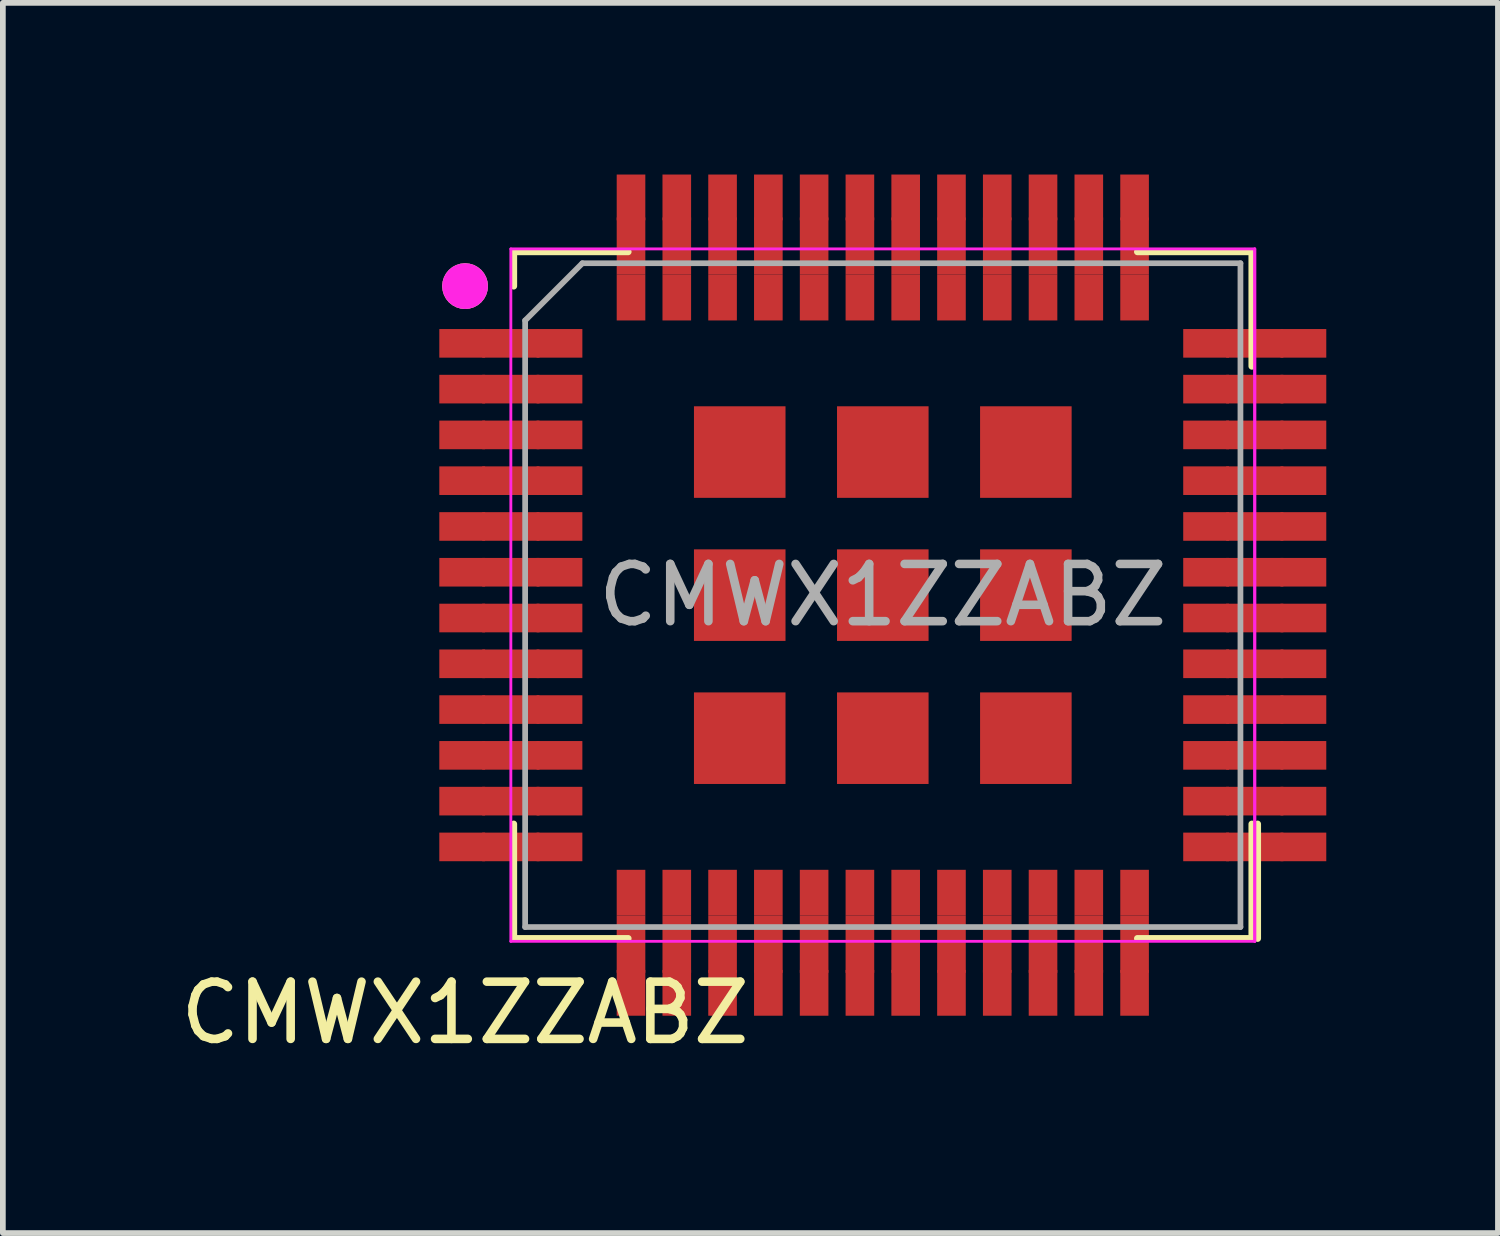
<source format=kicad_pcb>
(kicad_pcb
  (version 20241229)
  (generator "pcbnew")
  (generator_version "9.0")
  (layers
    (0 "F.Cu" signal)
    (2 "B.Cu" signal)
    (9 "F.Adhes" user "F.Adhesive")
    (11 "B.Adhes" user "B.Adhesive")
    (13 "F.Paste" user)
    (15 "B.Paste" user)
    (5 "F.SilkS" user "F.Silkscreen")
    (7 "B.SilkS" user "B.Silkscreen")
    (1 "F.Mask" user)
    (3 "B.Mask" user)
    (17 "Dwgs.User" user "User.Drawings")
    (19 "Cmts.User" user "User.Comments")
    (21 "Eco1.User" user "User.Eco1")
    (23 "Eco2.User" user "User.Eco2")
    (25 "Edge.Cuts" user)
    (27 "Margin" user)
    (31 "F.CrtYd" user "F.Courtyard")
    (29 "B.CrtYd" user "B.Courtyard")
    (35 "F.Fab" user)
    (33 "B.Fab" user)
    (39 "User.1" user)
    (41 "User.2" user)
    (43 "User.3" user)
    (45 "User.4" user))
  (footprint "CMWX1ZZABZ"
    (layer "F.Cu")
    (at 12.177 14.55)
    (property "Reference" "CMWX1ZZABZ" (at -7.1 0.1 0) (layer "F.SilkS") (effects (font (size 1 1) (thickness 0.15))))
    (attr through_hole)
    (fp_line (start -6.25 -13.2) (end -6.25 -12.6) (stroke (width 0.12) (type solid)) (layer "F.SilkS"))
    (fp_line (start -6.25 -13.2) (end -4.25 -13.2) (stroke (width 0.12) (type solid)) (layer "F.SilkS"))
    (fp_line (start -6.25 -3.2) (end -6.25 -1.2) (stroke (width 0.12) (type solid)) (layer "F.SilkS"))
    (fp_line (start -6.25 -1.2) (end -4.25 -1.2) (stroke (width 0.12) (type solid)) (layer "F.SilkS"))
    (fp_line (start 4.65 -13.2) (end 6.65 -13.2) (stroke (width 0.12) (type solid)) (layer "F.SilkS"))
    (fp_line (start 4.65 -1.2) (end 6.65 -1.2) (stroke (width 0.12) (type solid)) (layer "F.SilkS"))
    (fp_line (start 6.65 -13.2) (end 6.65 -11.2) (stroke (width 0.12) (type solid)) (layer "F.SilkS"))
    (fp_line (start 6.65 -3.2) (end 6.65 -1.2) (stroke (width 0.12) (type solid)) (layer "F.SilkS"))
    (fp_line (start 6.75 -3.2) (end 6.75 -1.2) (stroke (width 0.12) (type solid)) (layer "F.SilkS"))
    (fp_circle (center -7.1 -12.6) (end -6.9 -12.6) (stroke (width 0.4) (type solid)) (fill no) (layer "F.SilkS"))
    (fp_line (start -6.3 -13.25) (end 6.7 -13.25) (stroke (width 0.05) (type solid)) (layer "F.CrtYd"))
    (fp_line (start -6.3 -1.15) (end -6.3 -13.25) (stroke (width 0.05) (type solid)) (layer "F.CrtYd"))
    (fp_line (start -6.3 -1.15) (end 6.7 -1.15) (stroke (width 0.05) (type solid)) (layer "F.CrtYd"))
    (fp_line (start 6.7 -13.25) (end 6.7 -1.15) (stroke (width 0.05) (type solid)) (layer "F.CrtYd"))
    (fp_line (start 6.7 -1.15) (end 6.7 -13.25) (stroke (width 0.05) (type solid)) (layer "F.CrtYd"))
    (fp_circle (center -7.1 -12.6) (end -6.9 -12.6) (stroke (width 0.4) (type solid)) (fill no) (layer "F.CrtYd"))
    (fp_line (start -6.05 -12) (end -6.05 -1.4) (stroke (width 0.1) (type solid)) (layer "F.Fab"))
    (fp_line (start -6.05 -1.4) (end 6.45 -1.4) (stroke (width 0.1) (type solid)) (layer "F.Fab"))
    (fp_line (start -5.05 -13) (end -6.05 -12) (stroke (width 0.1) (type solid)) (layer "F.Fab"))
    (fp_line (start -5.05 -13) (end 6.45 -13) (stroke (width 0.1) (type solid)) (layer "F.Fab"))
    (fp_line (start 6.45 -13) (end 6.45 -1.4) (stroke (width 0.1) (type solid)) (layer "F.Fab"))
    (fp_text user "${REFERENCE}" (at 0.2 -7.2 0) (layer "F.Fab") (effects (font (size 1 1) (thickness 0.15))))
    (pad "1" smd rect (at -7.15 -11.6) (size 0.8 0.5) (layers "F.Cu" "F.Mask" "F.Paste"))
    (pad "1" connect rect (at -6.3 -11.6) (size 1 0.5) (layers "F.Cu"))
    (pad "1" smd rect (at -5.45 -11.6) (size 0.8 0.5) (layers "F.Cu" "F.Mask" "F.Paste"))
    (pad "2" smd rect (at -7.15 -10.8) (size 0.8 0.5) (layers "F.Cu" "F.Mask" "F.Paste"))
    (pad "2" connect rect (at -6.3 -10.8) (size 1 0.5) (layers "F.Cu"))
    (pad "2" smd rect (at -5.45 -10.8) (size 0.8 0.5) (layers "F.Cu" "F.Mask" "F.Paste"))
    (pad "3" smd rect (at -7.15 -10) (size 0.8 0.5) (layers "F.Cu" "F.Mask" "F.Paste"))
    (pad "3" connect rect (at -6.3 -10) (size 1 0.5) (layers "F.Cu"))
    (pad "3" smd rect (at -5.45 -10) (size 0.8 0.5) (layers "F.Cu" "F.Mask" "F.Paste"))
    (pad "4" smd rect (at -7.15 -9.2) (size 0.8 0.5) (layers "F.Cu" "F.Mask" "F.Paste"))
    (pad "4" connect rect (at -6.3 -9.2) (size 1 0.5) (layers "F.Cu"))
    (pad "4" smd rect (at -5.45 -9.2) (size 0.8 0.5) (layers "F.Cu" "F.Mask" "F.Paste"))
    (pad "5" smd rect (at -7.15 -8.4) (size 0.8 0.5) (layers "F.Cu" "F.Mask" "F.Paste"))
    (pad "5" connect rect (at -6.3 -8.4) (size 1 0.5) (layers "F.Cu"))
    (pad "5" smd rect (at -5.45 -8.4) (size 0.8 0.5) (layers "F.Cu" "F.Mask" "F.Paste"))
    (pad "6" smd rect (at -7.15 -7.6) (size 0.8 0.5) (layers "F.Cu" "F.Mask" "F.Paste"))
    (pad "6" connect rect (at -6.3 -7.6) (size 1 0.5) (layers "F.Cu"))
    (pad "6" smd rect (at -5.45 -7.6) (size 0.8 0.5) (layers "F.Cu" "F.Mask" "F.Paste"))
    (pad "7" smd rect (at -7.15 -6.8) (size 0.8 0.5) (layers "F.Cu" "F.Mask" "F.Paste"))
    (pad "7" connect rect (at -6.3 -6.8) (size 1 0.5) (layers "F.Cu"))
    (pad "7" smd rect (at -5.45 -6.8) (size 0.8 0.5) (layers "F.Cu" "F.Mask" "F.Paste"))
    (pad "8" smd rect (at -7.15 -6) (size 0.8 0.5) (layers "F.Cu" "F.Mask" "F.Paste"))
    (pad "8" connect rect (at -6.3 -6) (size 1 0.5) (layers "F.Cu"))
    (pad "8" smd rect (at -5.45 -6) (size 0.8 0.5) (layers "F.Cu" "F.Mask" "F.Paste"))
    (pad "9" smd rect (at -7.15 -5.2) (size 0.8 0.5) (layers "F.Cu" "F.Mask" "F.Paste"))
    (pad "9" connect rect (at -6.3 -5.2) (size 1 0.5) (layers "F.Cu"))
    (pad "9" smd rect (at -5.45 -5.2) (size 0.8 0.5) (layers "F.Cu" "F.Mask" "F.Paste"))
    (pad "10" smd rect (at -7.15 -4.4) (size 0.8 0.5) (layers "F.Cu" "F.Mask" "F.Paste"))
    (pad "10" connect rect (at -6.3 -4.4) (size 1 0.5) (layers "F.Cu"))
    (pad "10" smd rect (at -5.45 -4.4) (size 0.8 0.5) (layers "F.Cu" "F.Mask" "F.Paste"))
    (pad "11" smd rect (at -7.15 -3.6) (size 0.8 0.5) (layers "F.Cu" "F.Mask" "F.Paste"))
    (pad "11" connect rect (at -6.3 -3.6) (size 1 0.5) (layers "F.Cu"))
    (pad "11" smd rect (at -5.45 -3.6) (size 0.8 0.5) (layers "F.Cu" "F.Mask" "F.Paste"))
    (pad "12" smd rect (at -7.15 -2.8) (size 0.8 0.5) (layers "F.Cu" "F.Mask" "F.Paste"))
    (pad "12" connect rect (at -6.3 -2.8) (size 1 0.5) (layers "F.Cu"))
    (pad "12" smd rect (at -5.45 -2.8) (size 0.8 0.5) (layers "F.Cu" "F.Mask" "F.Paste"))
    (pad "13" smd rect (at -4.2 -2 90) (size 0.8 0.5) (layers "F.Cu" "F.Mask" "F.Paste"))
    (pad "13" connect rect (at -4.2 -1.1 270) (size 1 0.5) (layers "F.Cu"))
    (pad "13" smd rect (at -4.2 -0.25 270) (size 0.8 0.5) (layers "F.Cu" "F.Mask" "F.Paste"))
    (pad "14" smd rect (at -3.4 -2 90) (size 0.8 0.5) (layers "F.Cu" "F.Mask" "F.Paste"))
    (pad "14" connect rect (at -3.4 -1.1 270) (size 1 0.5) (layers "F.Cu"))
    (pad "14" smd rect (at -3.4 -0.25 270) (size 0.8 0.5) (layers "F.Cu" "F.Mask" "F.Paste"))
    (pad "15" smd rect (at -2.6 -2 90) (size 0.8 0.5) (layers "F.Cu" "F.Mask" "F.Paste"))
    (pad "15" connect rect (at -2.6 -1.1 270) (size 1 0.5) (layers "F.Cu"))
    (pad "15" smd rect (at -2.6 -0.25 270) (size 0.8 0.5) (layers "F.Cu" "F.Mask" "F.Paste"))
    (pad "16" smd rect (at -1.8 -2 90) (size 0.8 0.5) (layers "F.Cu" "F.Mask" "F.Paste"))
    (pad "16" connect rect (at -1.8 -1.1 270) (size 1 0.5) (layers "F.Cu"))
    (pad "16" smd rect (at -1.8 -0.25 270) (size 0.8 0.5) (layers "F.Cu" "F.Mask" "F.Paste"))
    (pad "17" smd rect (at -1 -2 90) (size 0.8 0.5) (layers "F.Cu" "F.Mask" "F.Paste"))
    (pad "17" connect rect (at -1 -1.1 270) (size 1 0.5) (layers "F.Cu"))
    (pad "17" smd rect (at -1 -0.25 270) (size 0.8 0.5) (layers "F.Cu" "F.Mask" "F.Paste"))
    (pad "18" smd rect (at -0.2 -2 90) (size 0.8 0.5) (layers "F.Cu" "F.Mask" "F.Paste"))
    (pad "18" connect rect (at -0.2 -1.1 270) (size 1 0.5) (layers "F.Cu"))
    (pad "18" smd rect (at -0.2 -0.25 270) (size 0.8 0.5) (layers "F.Cu" "F.Mask" "F.Paste"))
    (pad "19" smd rect (at 0.6 -2 90) (size 0.8 0.5) (layers "F.Cu" "F.Mask" "F.Paste"))
    (pad "19" connect rect (at 0.6 -1.1 270) (size 1 0.5) (layers "F.Cu"))
    (pad "19" smd rect (at 0.6 -0.25 270) (size 0.8 0.5) (layers "F.Cu" "F.Mask" "F.Paste"))
    (pad "20" smd rect (at 1.4 -2 270) (size 0.8 0.5) (layers "F.Cu" "F.Mask" "F.Paste"))
    (pad "20" connect rect (at 1.4 -1.1 270) (size 1 0.5) (layers "F.Cu"))
    (pad "20" smd rect (at 1.4 -0.25 270) (size 0.8 0.5) (layers "F.Cu" "F.Mask" "F.Paste"))
    (pad "21" smd rect (at 2.2 -2 270) (size 0.8 0.5) (layers "F.Cu" "F.Mask" "F.Paste"))
    (pad "21" connect rect (at 2.2 -1.1 270) (size 1 0.5) (layers "F.Cu"))
    (pad "21" smd rect (at 2.2 -0.25 270) (size 0.8 0.5) (layers "F.Cu" "F.Mask" "F.Paste"))
    (pad "22" smd rect (at 3 -2 270) (size 0.8 0.5) (layers "F.Cu" "F.Mask" "F.Paste"))
    (pad "22" connect rect (at 3 -1.1 270) (size 1 0.5) (layers "F.Cu"))
    (pad "22" smd rect (at 3 -0.25 270) (size 0.8 0.5) (layers "F.Cu" "F.Mask" "F.Paste"))
    (pad "23" smd rect (at 3.8 -2 270) (size 0.8 0.5) (layers "F.Cu" "F.Mask" "F.Paste"))
    (pad "23" connect rect (at 3.8 -1.1 270) (size 1 0.5) (layers "F.Cu"))
    (pad "23" smd rect (at 3.8 -0.25 270) (size 0.8 0.5) (layers "F.Cu" "F.Mask" "F.Paste"))
    (pad "24" smd rect (at 4.6 -2 270) (size 0.8 0.5) (layers "F.Cu" "F.Mask" "F.Paste"))
    (pad "24" connect rect (at 4.6 -1.1 270) (size 1 0.5) (layers "F.Cu"))
    (pad "24" smd rect (at 4.6 -0.25 270) (size 0.8 0.5) (layers "F.Cu" "F.Mask" "F.Paste"))
    (pad "25" smd rect (at 5.85 -2.8) (size 0.8 0.5) (layers "F.Cu" "F.Mask" "F.Paste"))
    (pad "25" connect rect (at 6.7 -2.8) (size 1 0.5) (layers "F.Cu"))
    (pad "25" smd rect (at 7.55 -2.8) (size 0.8 0.5) (layers "F.Cu" "F.Mask" "F.Paste"))
    (pad "26" smd rect (at 5.85 -3.6) (size 0.8 0.5) (layers "F.Cu" "F.Mask" "F.Paste"))
    (pad "26" connect rect (at 6.7 -3.6) (size 1 0.5) (layers "F.Cu"))
    (pad "26" smd rect (at 7.55 -3.6) (size 0.8 0.5) (layers "F.Cu" "F.Mask" "F.Paste"))
    (pad "27" smd rect (at 5.85 -4.4) (size 0.8 0.5) (layers "F.Cu" "F.Mask" "F.Paste"))
    (pad "27" connect rect (at 6.7 -4.4) (size 1 0.5) (layers "F.Cu"))
    (pad "27" smd rect (at 7.55 -4.4) (size 0.8 0.5) (layers "F.Cu" "F.Mask" "F.Paste"))
    (pad "28" smd rect (at 5.85 -5.2) (size 0.8 0.5) (layers "F.Cu" "F.Mask" "F.Paste"))
    (pad "28" connect rect (at 6.7 -5.2) (size 1 0.5) (layers "F.Cu"))
    (pad "28" smd rect (at 7.55 -5.2) (size 0.8 0.5) (layers "F.Cu" "F.Mask" "F.Paste"))
    (pad "29" smd rect (at 5.85 -6) (size 0.8 0.5) (layers "F.Cu" "F.Mask" "F.Paste"))
    (pad "29" connect rect (at 6.7 -6) (size 1 0.5) (layers "F.Cu"))
    (pad "29" smd rect (at 7.55 -6) (size 0.8 0.5) (layers "F.Cu" "F.Mask" "F.Paste"))
    (pad "30" smd rect (at 5.85 -6.8) (size 0.8 0.5) (layers "F.Cu" "F.Mask" "F.Paste"))
    (pad "30" connect rect (at 6.7 -6.8) (size 1 0.5) (layers "F.Cu"))
    (pad "30" smd rect (at 7.55 -6.8) (size 0.8 0.5) (layers "F.Cu" "F.Mask" "F.Paste"))
    (pad "31" smd rect (at 5.85 -7.6) (size 0.8 0.5) (layers "F.Cu" "F.Mask" "F.Paste"))
    (pad "31" connect rect (at 6.7 -7.6) (size 1 0.5) (layers "F.Cu"))
    (pad "31" smd rect (at 7.55 -7.6) (size 0.8 0.5) (layers "F.Cu" "F.Mask" "F.Paste"))
    (pad "32" smd rect (at 5.85 -8.4) (size 0.8 0.5) (layers "F.Cu" "F.Mask" "F.Paste"))
    (pad "32" connect rect (at 6.7 -8.4) (size 1 0.5) (layers "F.Cu"))
    (pad "32" smd rect (at 7.55 -8.4) (size 0.8 0.5) (layers "F.Cu" "F.Mask" "F.Paste"))
    (pad "33" smd rect (at 5.85 -9.2) (size 0.8 0.5) (layers "F.Cu" "F.Mask" "F.Paste"))
    (pad "33" connect rect (at 6.7 -9.2) (size 1 0.5) (layers "F.Cu"))
    (pad "33" smd rect (at 7.55 -9.2) (size 0.8 0.5) (layers "F.Cu" "F.Mask" "F.Paste"))
    (pad "34" smd rect (at 5.85 -10) (size 0.8 0.5) (layers "F.Cu" "F.Mask" "F.Paste"))
    (pad "34" connect rect (at 6.7 -10) (size 1 0.5) (layers "F.Cu"))
    (pad "34" smd rect (at 7.55 -10) (size 0.8 0.5) (layers "F.Cu" "F.Mask" "F.Paste"))
    (pad "35" smd rect (at 5.85 -10.8) (size 0.8 0.5) (layers "F.Cu" "F.Mask" "F.Paste"))
    (pad "35" connect rect (at 6.7 -10.8) (size 1 0.5) (layers "F.Cu"))
    (pad "35" smd rect (at 7.55 -10.8) (size 0.8 0.5) (layers "F.Cu" "F.Mask" "F.Paste"))
    (pad "36" smd rect (at 5.85 -11.6) (size 0.8 0.5) (layers "F.Cu" "F.Mask" "F.Paste"))
    (pad "36" connect rect (at 6.7 -11.6) (size 1 0.5) (layers "F.Cu"))
    (pad "36" smd rect (at 7.55 -11.6) (size 0.8 0.5) (layers "F.Cu" "F.Mask" "F.Paste"))
    (pad "37" smd rect (at 4.6 -14.15 90) (size 0.8 0.5) (layers "F.Cu" "F.Mask" "F.Paste"))
    (pad "37" connect rect (at 4.6 -13.3 90) (size 1 0.5) (layers "F.Cu"))
    (pad "37" smd rect (at 4.6 -12.4 90) (size 0.8 0.5) (layers "F.Cu" "F.Mask" "F.Paste"))
    (pad "38" smd rect (at 3.8 -14.15 90) (size 0.8 0.5) (layers "F.Cu" "F.Mask" "F.Paste"))
    (pad "38" connect rect (at 3.8 -13.3 90) (size 1 0.5) (layers "F.Cu"))
    (pad "38" smd rect (at 3.8 -12.4 90) (size 0.8 0.5) (layers "F.Cu" "F.Mask" "F.Paste"))
    (pad "39" smd rect (at 3 -14.15 90) (size 0.8 0.5) (layers "F.Cu" "F.Mask" "F.Paste"))
    (pad "39" connect rect (at 3 -13.3 90) (size 1 0.5) (layers "F.Cu"))
    (pad "39" smd rect (at 3 -12.4 90) (size 0.8 0.5) (layers "F.Cu" "F.Mask" "F.Paste"))
    (pad "40" smd rect (at 2.2 -14.15 90) (size 0.8 0.5) (layers "F.Cu" "F.Mask" "F.Paste"))
    (pad "40" connect rect (at 2.2 -13.3 90) (size 1 0.5) (layers "F.Cu"))
    (pad "40" smd rect (at 2.2 -12.4 90) (size 0.8 0.5) (layers "F.Cu" "F.Mask" "F.Paste"))
    (pad "41" smd rect (at 1.4 -14.15 90) (size 0.8 0.5) (layers "F.Cu" "F.Mask" "F.Paste"))
    (pad "41" connect rect (at 1.4 -13.3 90) (size 1 0.5) (layers "F.Cu"))
    (pad "41" smd rect (at 1.4 -12.4 90) (size 0.8 0.5) (layers "F.Cu" "F.Mask" "F.Paste"))
    (pad "42" smd rect (at 0.6 -14.15 90) (size 0.8 0.5) (layers "F.Cu" "F.Mask" "F.Paste"))
    (pad "42" connect rect (at 0.6 -13.3 90) (size 1 0.5) (layers "F.Cu"))
    (pad "42" smd rect (at 0.6 -12.4 90) (size 0.8 0.5) (layers "F.Cu" "F.Mask" "F.Paste"))
    (pad "43" smd rect (at -0.2 -14.15 90) (size 0.8 0.5) (layers "F.Cu" "F.Mask" "F.Paste"))
    (pad "43" connect rect (at -0.2 -13.3 90) (size 1 0.5) (layers "F.Cu"))
    (pad "43" smd rect (at -0.2 -12.4 90) (size 0.8 0.5) (layers "F.Cu" "F.Mask" "F.Paste"))
    (pad "44" smd rect (at -1 -14.15 90) (size 0.8 0.5) (layers "F.Cu" "F.Mask" "F.Paste"))
    (pad "44" connect rect (at -1 -13.3 90) (size 1 0.5) (layers "F.Cu"))
    (pad "44" smd rect (at -1 -12.4 90) (size 0.8 0.5) (layers "F.Cu" "F.Mask" "F.Paste"))
    (pad "45" smd rect (at -1.8 -14.15 90) (size 0.8 0.5) (layers "F.Cu" "F.Mask" "F.Paste"))
    (pad "45" connect rect (at -1.8 -13.3 90) (size 1 0.5) (layers "F.Cu"))
    (pad "45" smd rect (at -1.8 -12.4 90) (size 0.8 0.5) (layers "F.Cu" "F.Mask" "F.Paste"))
    (pad "46" smd rect (at -2.6 -14.15 90) (size 0.8 0.5) (layers "F.Cu" "F.Mask" "F.Paste"))
    (pad "46" connect rect (at -2.6 -13.3 90) (size 1 0.5) (layers "F.Cu"))
    (pad "46" smd rect (at -2.6 -12.4 90) (size 0.8 0.5) (layers "F.Cu" "F.Mask" "F.Paste"))
    (pad "47" smd rect (at -3.4 -14.15 90) (size 0.8 0.5) (layers "F.Cu" "F.Mask" "F.Paste"))
    (pad "47" connect rect (at -3.4 -13.3 90) (size 1 0.5) (layers "F.Cu"))
    (pad "47" smd rect (at -3.4 -12.4 90) (size 0.8 0.5) (layers "F.Cu" "F.Mask" "F.Paste"))
    (pad "48" smd rect (at -4.2 -14.15 90) (size 0.8 0.5) (layers "F.Cu" "F.Mask" "F.Paste"))
    (pad "48" connect rect (at -4.2 -13.3 90) (size 1 0.5) (layers "F.Cu"))
    (pad "48" smd rect (at -4.2 -12.4 90) (size 0.8 0.5) (layers "F.Cu" "F.Mask" "F.Paste"))
    (pad "49" smd rect (at -2.3 -9.7 90) (size 1.6 1.6) (layers "F.Cu" "F.Mask" "F.Paste"))
    (pad "50" smd rect (at 0.2 -9.7 90) (size 1.6 1.6) (layers "F.Cu" "F.Mask" "F.Paste"))
    (pad "51" smd rect (at 2.7 -9.7 90) (size 1.6 1.6) (layers "F.Cu" "F.Mask" "F.Paste"))
    (pad "52" smd rect (at -2.3 -7.2 90) (size 1.6 1.6) (layers "F.Cu" "F.Mask" "F.Paste"))
    (pad "53" smd rect (at 0.2 -7.2 90) (size 1.6 1.6) (layers "F.Cu" "F.Mask" "F.Paste"))
    (pad "54" smd rect (at 2.7 -7.2 90) (size 1.6 1.6) (layers "F.Cu" "F.Mask" "F.Paste"))
    (pad "55" smd rect (at -2.3 -4.7 90) (size 1.6 1.6) (layers "F.Cu" "F.Mask" "F.Paste"))
    (pad "56" smd rect (at 0.2 -4.7 90) (size 1.6 1.6) (layers "F.Cu" "F.Mask" "F.Paste"))
    (pad "57" smd rect (at 2.7 -4.7 90) (size 1.6 1.6) (layers "F.Cu" "F.Mask" "F.Paste")))
  (gr_rect
    (start -3 -3)
    (end 23.127 18.498)
    (stroke (width 0.1) (type default))
    (fill no)
    (layer "Edge.Cuts")))
</source>
